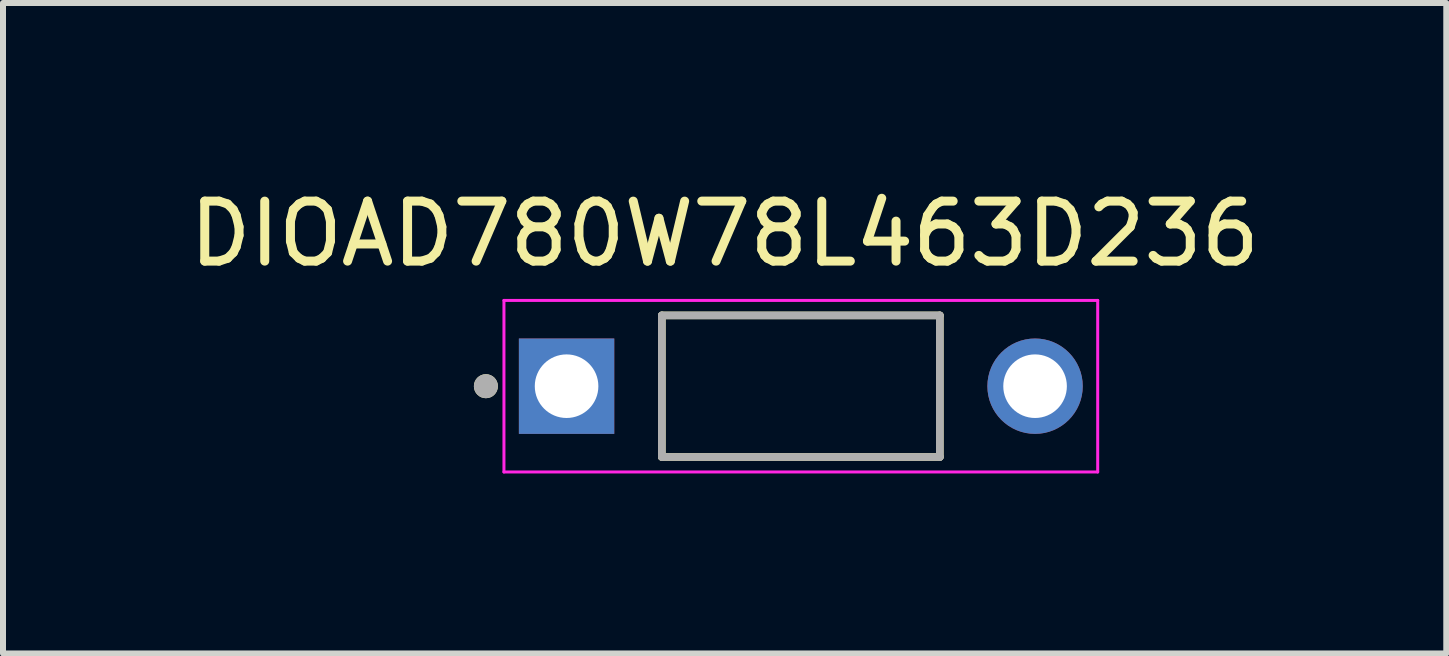
<source format=kicad_pcb>
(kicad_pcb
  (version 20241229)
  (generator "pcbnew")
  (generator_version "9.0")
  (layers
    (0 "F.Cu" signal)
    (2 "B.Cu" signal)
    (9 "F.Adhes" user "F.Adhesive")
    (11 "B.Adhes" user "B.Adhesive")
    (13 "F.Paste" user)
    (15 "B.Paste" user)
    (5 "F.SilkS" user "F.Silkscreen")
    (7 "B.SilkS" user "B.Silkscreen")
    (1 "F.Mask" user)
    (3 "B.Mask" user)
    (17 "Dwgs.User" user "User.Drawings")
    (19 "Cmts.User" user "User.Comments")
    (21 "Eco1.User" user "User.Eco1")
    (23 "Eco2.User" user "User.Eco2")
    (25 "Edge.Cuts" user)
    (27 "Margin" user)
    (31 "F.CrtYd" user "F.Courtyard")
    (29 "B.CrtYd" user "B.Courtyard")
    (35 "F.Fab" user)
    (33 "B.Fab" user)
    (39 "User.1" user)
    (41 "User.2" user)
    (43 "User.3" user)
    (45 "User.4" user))
  (footprint "DIOAD780W78L463D236"
    (layer "F.Cu")
    (at 10.3 3.388)
    (property "Reference" "DIOAD780W78L463D236" (at -1.27 -2.54 0) (layer "F.SilkS") (effects (font (size 1 1) (thickness 0.15))))
    (attr through_hole)
    (fp_line (start -2.317 -1.18) (end 2.317 -1.18) (stroke (width 0.127) (type solid)) (layer "F.SilkS"))
    (fp_line (start -2.317 1.18) (end -2.317 -1.18) (stroke (width 0.127) (type solid)) (layer "F.SilkS"))
    (fp_line (start 2.317 -1.18) (end 2.317 1.18) (stroke (width 0.127) (type solid)) (layer "F.SilkS"))
    (fp_line (start 2.317 1.18) (end -2.317 1.18) (stroke (width 0.127) (type solid)) (layer "F.SilkS"))
    (fp_circle (center -5.25 0) (end -5.15 0) (stroke (width 0.2) (type solid)) (fill no) (layer "F.SilkS"))
    (fp_line (start -4.949 -1.43) (end -4.949 1.43) (stroke (width 0.05) (type solid)) (layer "F.CrtYd"))
    (fp_line (start -4.949 1.43) (end 4.949 1.43) (stroke (width 0.05) (type solid)) (layer "F.CrtYd"))
    (fp_line (start 4.949 -1.43) (end -4.949 -1.43) (stroke (width 0.05) (type solid)) (layer "F.CrtYd"))
    (fp_line (start 4.949 1.43) (end 4.949 -1.43) (stroke (width 0.05) (type solid)) (layer "F.CrtYd"))
    (fp_line (start -2.317 -1.18) (end 2.317 -1.18) (stroke (width 0.127) (type solid)) (layer "F.Fab"))
    (fp_line (start -2.317 1.18) (end -2.317 -1.18) (stroke (width 0.127) (type solid)) (layer "F.Fab"))
    (fp_line (start 2.317 -1.18) (end 2.317 1.18) (stroke (width 0.127) (type solid)) (layer "F.Fab"))
    (fp_line (start 2.317 1.18) (end -2.317 1.18) (stroke (width 0.127) (type solid)) (layer "F.Fab"))
    (fp_circle (center -5.25 0) (end -5.15 0) (stroke (width 0.2) (type solid)) (fill no) (layer "F.Fab"))
    (pad "A" thru_hole circle (at 3.905 0) (size 1.59 1.59) (drill 1.06) (layers "*.Cu" "*.Mask"))
    (pad "K" thru_hole rect (at -3.905 0) (size 1.59 1.59) (drill 1.06) (layers "*.Cu" "*.Mask")))
  (gr_rect
    (start -3 -3)
    (end 21.06 7.843)
    (stroke (width 0.1) (type default))
    (fill no)
    (layer "Edge.Cuts")))
</source>
